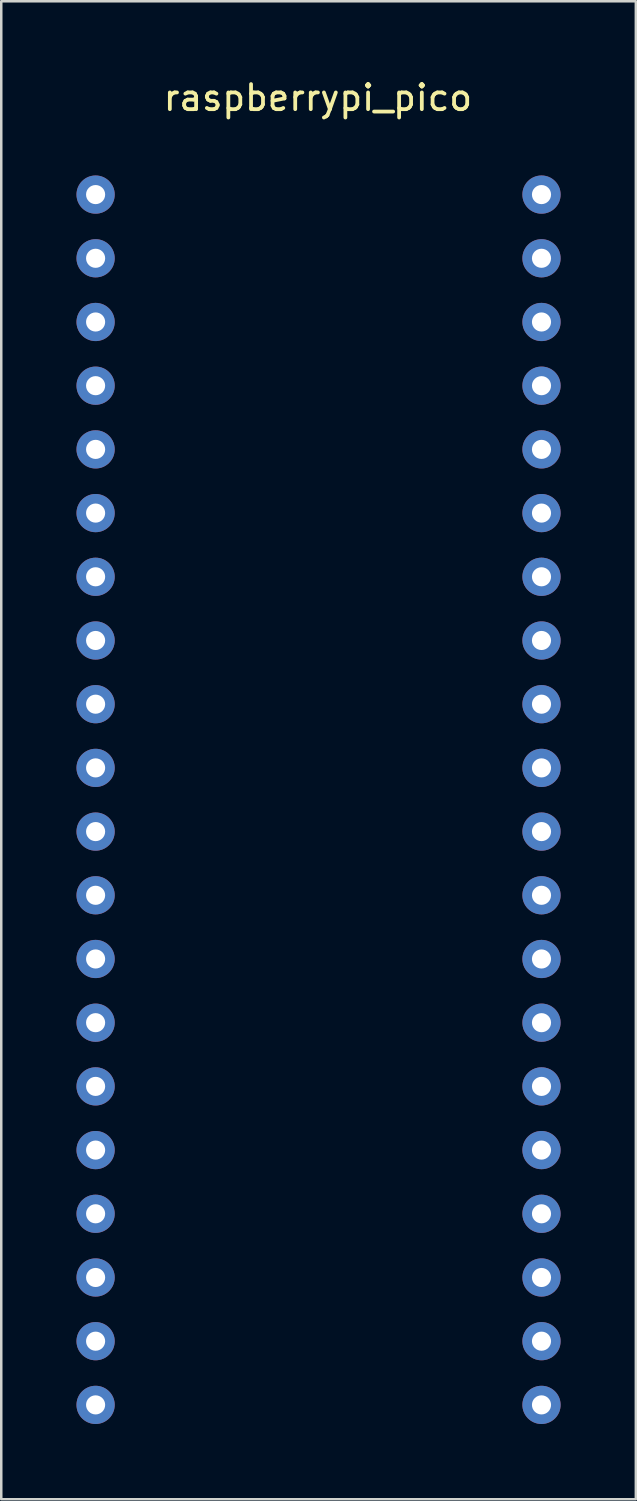
<source format=kicad_pcb>
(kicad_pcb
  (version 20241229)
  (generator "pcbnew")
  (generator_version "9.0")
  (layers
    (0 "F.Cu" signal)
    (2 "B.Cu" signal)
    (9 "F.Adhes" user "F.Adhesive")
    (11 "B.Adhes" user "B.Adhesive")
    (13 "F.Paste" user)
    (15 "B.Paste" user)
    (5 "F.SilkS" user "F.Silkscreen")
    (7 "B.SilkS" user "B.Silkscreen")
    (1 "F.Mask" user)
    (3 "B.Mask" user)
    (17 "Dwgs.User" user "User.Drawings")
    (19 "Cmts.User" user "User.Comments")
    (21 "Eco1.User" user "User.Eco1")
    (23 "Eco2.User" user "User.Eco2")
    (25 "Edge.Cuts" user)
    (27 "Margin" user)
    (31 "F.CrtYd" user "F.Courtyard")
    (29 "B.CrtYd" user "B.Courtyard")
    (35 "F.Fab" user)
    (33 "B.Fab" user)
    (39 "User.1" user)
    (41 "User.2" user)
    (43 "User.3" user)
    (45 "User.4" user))
  (footprint "raspberrypi_pico"
    (layer "F.Cu")
    (at 0.762 4.709)
    (property "Reference" "raspberrypi_pico" (at 8.865 -3.861 0) (unlocked yes) (layer "F.SilkS") (effects (font (size 1 1) (thickness 0.15))))
    (attr through_hole)
    (pad "1" thru_hole circle (at 0 0) (size 1.524 1.524) (drill 0.762) (layers "*.Cu" "*.Mask"))
    (pad "2" thru_hole circle (at 0 2.54) (size 1.524 1.524) (drill 0.762) (layers "*.Cu" "*.Mask"))
    (pad "3" thru_hole circle (at 0 5.08) (size 1.524 1.524) (drill 0.762) (layers "*.Cu" "*.Mask"))
    (pad "4" thru_hole circle (at 0 7.62) (size 1.524 1.524) (drill 0.762) (layers "*.Cu" "*.Mask"))
    (pad "5" thru_hole circle (at 0 10.16) (size 1.524 1.524) (drill 0.762) (layers "*.Cu" "*.Mask"))
    (pad "6" thru_hole circle (at 0 12.7) (size 1.524 1.524) (drill 0.762) (layers "*.Cu" "*.Mask"))
    (pad "7" thru_hole circle (at 0 15.24) (size 1.524 1.524) (drill 0.762) (layers "*.Cu" "*.Mask"))
    (pad "8" thru_hole circle (at 0 17.78) (size 1.524 1.524) (drill 0.762) (layers "*.Cu" "*.Mask"))
    (pad "9" thru_hole circle (at 0 20.32) (size 1.524 1.524) (drill 0.762) (layers "*.Cu" "*.Mask"))
    (pad "10" thru_hole circle (at 0 22.86) (size 1.524 1.524) (drill 0.762) (layers "*.Cu" "*.Mask"))
    (pad "11" thru_hole circle (at 0 25.4) (size 1.524 1.524) (drill 0.762) (layers "*.Cu" "*.Mask"))
    (pad "12" thru_hole circle (at 0 27.94) (size 1.524 1.524) (drill 0.762) (layers "*.Cu" "*.Mask"))
    (pad "13" thru_hole circle (at 0 30.48) (size 1.524 1.524) (drill 0.762) (layers "*.Cu" "*.Mask"))
    (pad "14" thru_hole circle (at 0 33.02) (size 1.524 1.524) (drill 0.762) (layers "*.Cu" "*.Mask"))
    (pad "15" thru_hole circle (at 0 35.56) (size 1.524 1.524) (drill 0.762) (layers "*.Cu" "*.Mask"))
    (pad "16" thru_hole circle (at 0 38.1) (size 1.524 1.524) (drill 0.762) (layers "*.Cu" "*.Mask"))
    (pad "17" thru_hole circle (at 0 40.64) (size 1.524 1.524) (drill 0.762) (layers "*.Cu" "*.Mask"))
    (pad "18" thru_hole circle (at 0 43.18) (size 1.524 1.524) (drill 0.762) (layers "*.Cu" "*.Mask"))
    (pad "19" thru_hole circle (at 0 45.72) (size 1.524 1.524) (drill 0.762) (layers "*.Cu" "*.Mask"))
    (pad "20" thru_hole circle (at 0 48.26) (size 1.524 1.524) (drill 0.762) (layers "*.Cu" "*.Mask"))
    (pad "21" thru_hole circle (at 17.78 48.26) (size 1.524 1.524) (drill 0.762) (layers "*.Cu" "*.Mask"))
    (pad "22" thru_hole circle (at 17.78 45.72) (size 1.524 1.524) (drill 0.762) (layers "*.Cu" "*.Mask"))
    (pad "23" thru_hole circle (at 17.78 43.18) (size 1.524 1.524) (drill 0.762) (layers "*.Cu" "*.Mask"))
    (pad "24" thru_hole circle (at 17.78 40.64) (size 1.524 1.524) (drill 0.762) (layers "*.Cu" "*.Mask"))
    (pad "25" thru_hole circle (at 17.78 38.1) (size 1.524 1.524) (drill 0.762) (layers "*.Cu" "*.Mask"))
    (pad "26" thru_hole circle (at 17.78 35.56) (size 1.524 1.524) (drill 0.762) (layers "*.Cu" "*.Mask"))
    (pad "27" thru_hole circle (at 17.78 33.02) (size 1.524 1.524) (drill 0.762) (layers "*.Cu" "*.Mask"))
    (pad "28" thru_hole circle (at 17.78 30.48) (size 1.524 1.524) (drill 0.762) (layers "*.Cu" "*.Mask"))
    (pad "29" thru_hole circle (at 17.78 27.94) (size 1.524 1.524) (drill 0.762) (layers "*.Cu" "*.Mask"))
    (pad "30" thru_hole circle (at 17.78 25.4) (size 1.524 1.524) (drill 0.762) (layers "*.Cu" "*.Mask"))
    (pad "31" thru_hole circle (at 17.78 22.86) (size 1.524 1.524) (drill 0.762) (layers "*.Cu" "*.Mask"))
    (pad "32" thru_hole circle (at 17.78 20.32) (size 1.524 1.524) (drill 0.762) (layers "*.Cu" "*.Mask"))
    (pad "33" thru_hole circle (at 17.78 17.78) (size 1.524 1.524) (drill 0.762) (layers "*.Cu" "*.Mask"))
    (pad "34" thru_hole circle (at 17.78 15.24) (size 1.524 1.524) (drill 0.762) (layers "*.Cu" "*.Mask"))
    (pad "35" thru_hole circle (at 17.78 12.7) (size 1.524 1.524) (drill 0.762) (layers "*.Cu" "*.Mask"))
    (pad "36" thru_hole circle (at 17.78 10.16) (size 1.524 1.524) (drill 0.762) (layers "*.Cu" "*.Mask"))
    (pad "37" thru_hole circle (at 17.78 7.62) (size 1.524 1.524) (drill 0.762) (layers "*.Cu" "*.Mask"))
    (pad "38" thru_hole circle (at 17.78 5.08) (size 1.524 1.524) (drill 0.762) (layers "*.Cu" "*.Mask"))
    (pad "39" thru_hole circle (at 17.78 2.54) (size 1.524 1.524) (drill 0.762) (layers "*.Cu" "*.Mask"))
    (pad "40" thru_hole circle (at 17.78 0) (size 1.524 1.524) (drill 0.762) (layers "*.Cu" "*.Mask")))
  (gr_rect
    (start -3 -3)
    (end 22.304 56.731)
    (stroke (width 0.1) (type default))
    (fill no)
    (layer "Edge.Cuts")))
</source>
